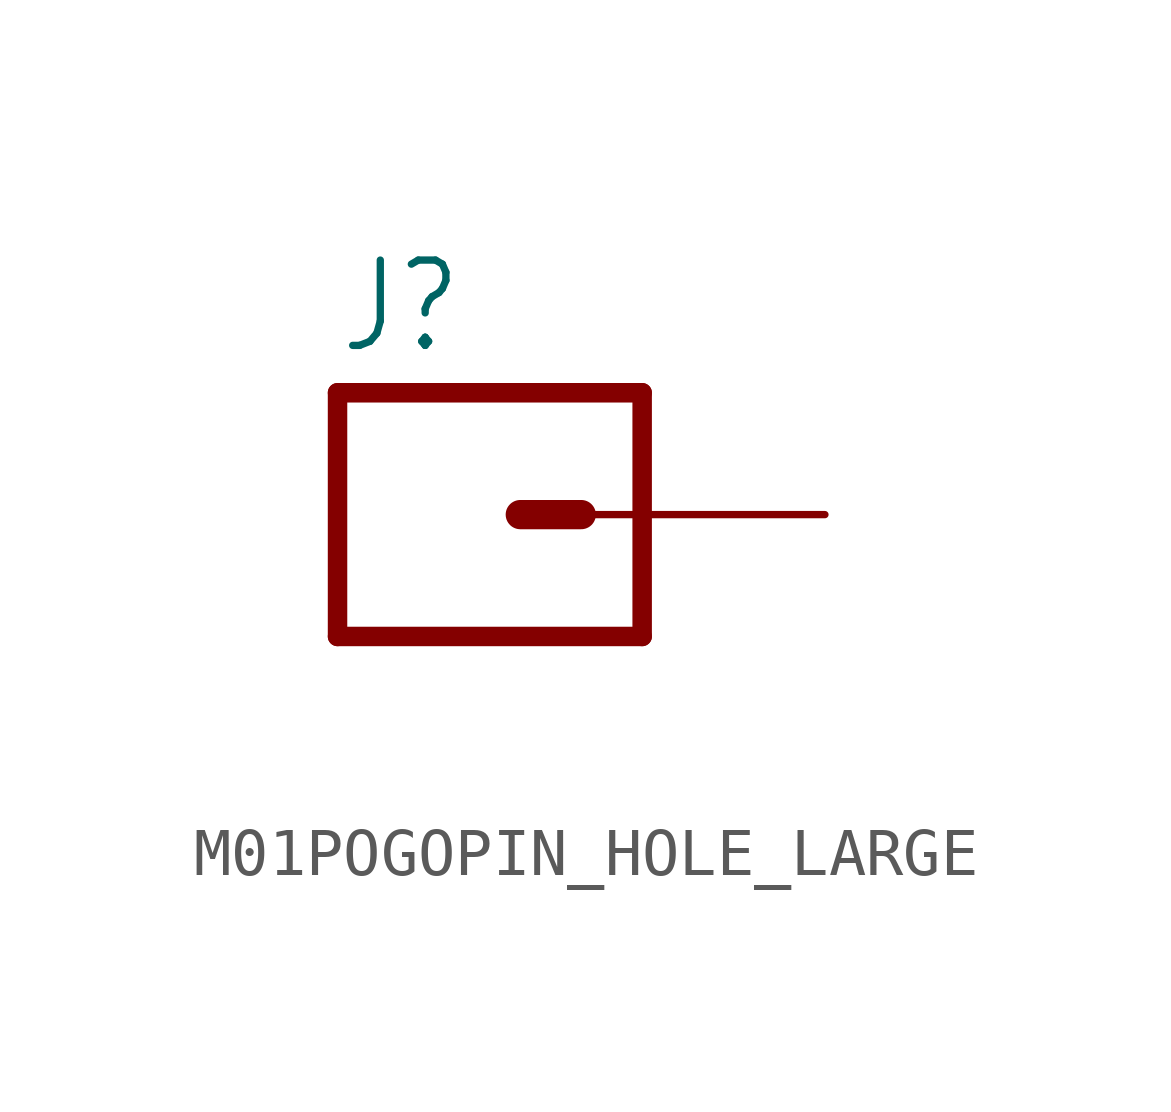
<source format=kicad_sym>
(kicad_symbol_lib
  (version 20231120)
  (generator "kicad_symbol_editor")
  (generator_version "8.0")
  (symbol "M01POGOPIN_HOLE_LARGE"
    (property "Reference" "J"
      (at -2.54 3.302 0)
      (effects (font (size 1.778 1.511)) (justify left bottom)))
    (property "Value" ""
      (at -2.54 -5.08 0)
      (effects (font (size 1.778 1.511)) (justify left bottom)))
    (property "ki_locked" ""
      (at 0 0 0)
      (effects (font (size 1.27 1.27))))
    (symbol "M01POGOPIN_HOLE_LARGE_1_0"
      (polyline (pts (xy -2.54 2.54) (xy -2.54 -2.54)) (stroke (width 0.406) (type solid)) (fill (type none)))
      (polyline (pts (xy -2.54 2.54) (xy 3.81 2.54)) (stroke (width 0.406) (type solid)) (fill (type none)))
      (polyline (pts (xy 1.27 0) (xy 2.54 0)) (stroke (width 0.61) (type solid)) (fill (type none)))
      (polyline (pts (xy 3.81 -2.54) (xy -2.54 -2.54)) (stroke (width 0.406) (type solid)) (fill (type none)))
      (polyline (pts (xy 3.81 -2.54) (xy 3.81 2.54)) (stroke (width 0.406) (type solid)) (fill (type none)))
      (pin passive line (at 7.62 0 180) (length 5.08) (name "1" (effects (font (size 0 0)))) (number "1" (effects (font (size 0 0))))))))
</source>
